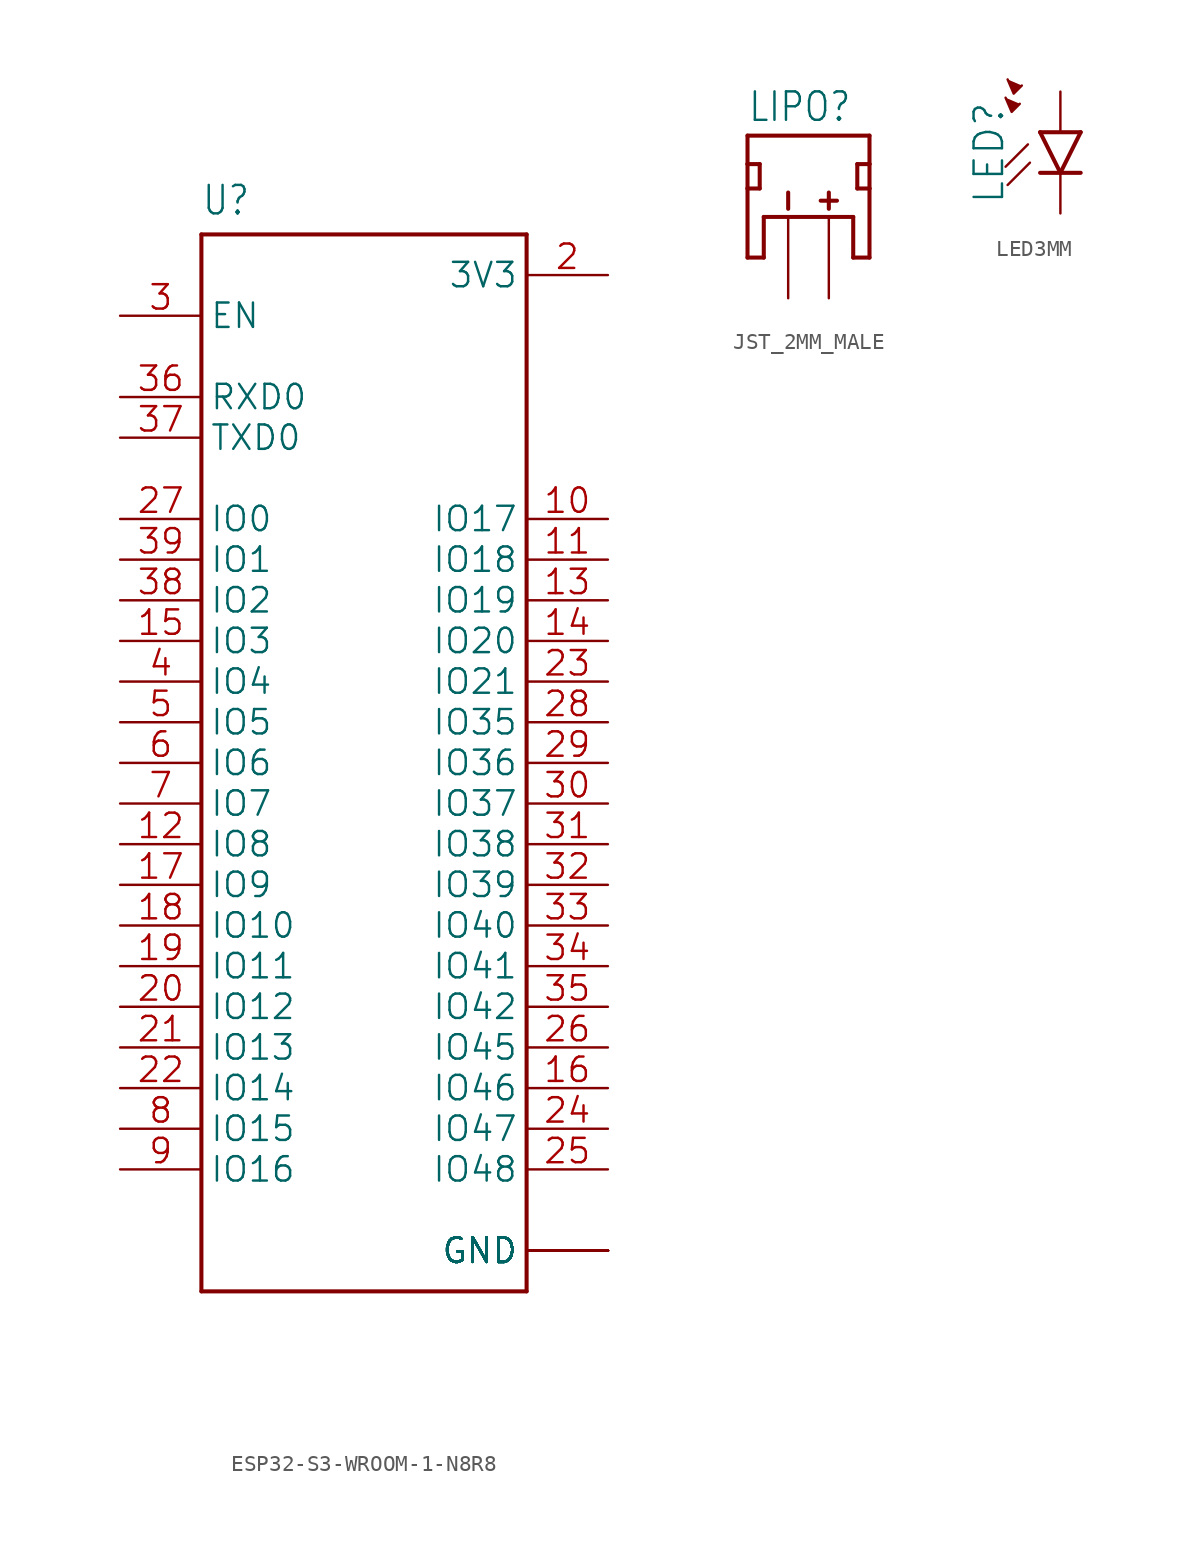
<source format=kicad_sym>
(kicad_symbol_lib
  (version 20241209)
  (generator "kicad_symbol_editor")
  (generator_version "9.0")
  (symbol "ESP32-S3-WROOM-1-N8R8"
    (property "Reference" "U"
      (at -10.16 34.112 0)
      (effects (font (size 1.778 1.511)) (justify left bottom)))
    (property "Value" ""
      (at -10.16 -35.56 0)
      (effects (font (size 1.778 1.511)) (justify left bottom)))
    (property "ki_locked" ""
      (at 0 0 0)
      (effects (font (size 1.27 1.27))))
    (symbol "ESP32-S3-WROOM-1-N8R8_1_0"
      (polyline (pts (xy -10.16 33.02) (xy 10.16 33.02)) (stroke (width 0.254) (type solid)) (fill (type none)))
      (polyline (pts (xy -10.16 -33.02) (xy -10.16 33.02)) (stroke (width 0.254) (type solid)) (fill (type none)))
      (polyline (pts (xy 10.16 33.02) (xy 10.16 -33.02)) (stroke (width 0.254) (type solid)) (fill (type none)))
      (polyline (pts (xy 10.16 -33.02) (xy -10.16 -33.02)) (stroke (width 0.254) (type solid)) (fill (type none)))
      (pin input line (at -15.24 27.94 0) (length 5.08) (name "EN" (effects (font (size 1.524 1.524)))) (number "3" (effects (font (size 1.524 1.524)))))
      (pin bidirectional line (at -15.24 22.86 0) (length 5.08) (name "RXD0" (effects (font (size 1.524 1.524)))) (number "36" (effects (font (size 1.524 1.524)))))
      (pin bidirectional line (at -15.24 20.32 0) (length 5.08) (name "TXD0" (effects (font (size 1.524 1.524)))) (number "37" (effects (font (size 1.524 1.524)))))
      (pin bidirectional line (at -15.24 15.24 0) (length 5.08) (name "IO0" (effects (font (size 1.524 1.524)))) (number "27" (effects (font (size 1.524 1.524)))))
      (pin bidirectional line (at -15.24 12.7 0) (length 5.08) (name "IO1" (effects (font (size 1.524 1.524)))) (number "39" (effects (font (size 1.524 1.524)))))
      (pin bidirectional line (at -15.24 10.16 0) (length 5.08) (name "IO2" (effects (font (size 1.524 1.524)))) (number "38" (effects (font (size 1.524 1.524)))))
      (pin bidirectional line (at -15.24 7.62 0) (length 5.08) (name "IO3" (effects (font (size 1.524 1.524)))) (number "15" (effects (font (size 1.524 1.524)))))
      (pin bidirectional line (at -15.24 5.08 0) (length 5.08) (name "IO4" (effects (font (size 1.524 1.524)))) (number "4" (effects (font (size 1.524 1.524)))))
      (pin bidirectional line (at -15.24 2.54 0) (length 5.08) (name "IO5" (effects (font (size 1.524 1.524)))) (number "5" (effects (font (size 1.524 1.524)))))
      (pin bidirectional line (at -15.24 0 0) (length 5.08) (name "IO6" (effects (font (size 1.524 1.524)))) (number "6" (effects (font (size 1.524 1.524)))))
      (pin bidirectional line (at -15.24 -2.54 0) (length 5.08) (name "IO7" (effects (font (size 1.524 1.524)))) (number "7" (effects (font (size 1.524 1.524)))))
      (pin bidirectional line (at -15.24 -5.08 0) (length 5.08) (name "IO8" (effects (font (size 1.524 1.524)))) (number "12" (effects (font (size 1.524 1.524)))))
      (pin bidirectional line (at -15.24 -7.62 0) (length 5.08) (name "IO9" (effects (font (size 1.524 1.524)))) (number "17" (effects (font (size 1.524 1.524)))))
      (pin bidirectional line (at -15.24 -10.16 0) (length 5.08) (name "IO10" (effects (font (size 1.524 1.524)))) (number "18" (effects (font (size 1.524 1.524)))))
      (pin bidirectional line (at -15.24 -12.7 0) (length 5.08) (name "IO11" (effects (font (size 1.524 1.524)))) (number "19" (effects (font (size 1.524 1.524)))))
      (pin bidirectional line (at -15.24 -15.24 0) (length 5.08) (name "IO12" (effects (font (size 1.524 1.524)))) (number "20" (effects (font (size 1.524 1.524)))))
      (pin bidirectional line (at -15.24 -17.78 0) (length 5.08) (name "IO13" (effects (font (size 1.524 1.524)))) (number "21" (effects (font (size 1.524 1.524)))))
      (pin bidirectional line (at -15.24 -20.32 0) (length 5.08) (name "IO14" (effects (font (size 1.524 1.524)))) (number "22" (effects (font (size 1.524 1.524)))))
      (pin bidirectional line (at -15.24 -22.86 0) (length 5.08) (name "IO15" (effects (font (size 1.524 1.524)))) (number "8" (effects (font (size 1.524 1.524)))))
      (pin bidirectional line (at -15.24 -25.4 0) (length 5.08) (name "IO16" (effects (font (size 1.524 1.524)))) (number "9" (effects (font (size 1.524 1.524)))))
      (pin power_in line (at 15.24 30.48 180) (length 5.08) (name "3V3" (effects (font (size 1.524 1.524)))) (number "2" (effects (font (size 1.524 1.524)))))
      (pin bidirectional line (at 15.24 15.24 180) (length 5.08) (name "IO17" (effects (font (size 1.524 1.524)))) (number "10" (effects (font (size 1.524 1.524)))))
      (pin bidirectional line (at 15.24 12.7 180) (length 5.08) (name "IO18" (effects (font (size 1.524 1.524)))) (number "11" (effects (font (size 1.524 1.524)))))
      (pin bidirectional line (at 15.24 10.16 180) (length 5.08) (name "IO19" (effects (font (size 1.524 1.524)))) (number "13" (effects (font (size 1.524 1.524)))))
      (pin bidirectional line (at 15.24 7.62 180) (length 5.08) (name "IO20" (effects (font (size 1.524 1.524)))) (number "14" (effects (font (size 1.524 1.524)))))
      (pin bidirectional line (at 15.24 5.08 180) (length 5.08) (name "IO21" (effects (font (size 1.524 1.524)))) (number "23" (effects (font (size 1.524 1.524)))))
      (pin bidirectional line (at 15.24 2.54 180) (length 5.08) (name "IO35" (effects (font (size 1.524 1.524)))) (number "28" (effects (font (size 1.524 1.524)))))
      (pin bidirectional line (at 15.24 0 180) (length 5.08) (name "IO36" (effects (font (size 1.524 1.524)))) (number "29" (effects (font (size 1.524 1.524)))))
      (pin bidirectional line (at 15.24 -2.54 180) (length 5.08) (name "IO37" (effects (font (size 1.524 1.524)))) (number "30" (effects (font (size 1.524 1.524)))))
      (pin bidirectional line (at 15.24 -5.08 180) (length 5.08) (name "IO38" (effects (font (size 1.524 1.524)))) (number "31" (effects (font (size 1.524 1.524)))))
      (pin bidirectional line (at 15.24 -7.62 180) (length 5.08) (name "IO39" (effects (font (size 1.524 1.524)))) (number "32" (effects (font (size 1.524 1.524)))))
      (pin bidirectional line (at 15.24 -10.16 180) (length 5.08) (name "IO40" (effects (font (size 1.524 1.524)))) (number "33" (effects (font (size 1.524 1.524)))))
      (pin bidirectional line (at 15.24 -12.7 180) (length 5.08) (name "IO41" (effects (font (size 1.524 1.524)))) (number "34" (effects (font (size 1.524 1.524)))))
      (pin bidirectional line (at 15.24 -15.24 180) (length 5.08) (name "IO42" (effects (font (size 1.524 1.524)))) (number "35" (effects (font (size 1.524 1.524)))))
      (pin bidirectional line (at 15.24 -17.78 180) (length 5.08) (name "IO45" (effects (font (size 1.524 1.524)))) (number "26" (effects (font (size 1.524 1.524)))))
      (pin bidirectional line (at 15.24 -20.32 180) (length 5.08) (name "IO46" (effects (font (size 1.524 1.524)))) (number "16" (effects (font (size 1.524 1.524)))))
      (pin bidirectional line (at 15.24 -22.86 180) (length 5.08) (name "IO47" (effects (font (size 1.524 1.524)))) (number "24" (effects (font (size 1.524 1.524)))))
      (pin bidirectional line (at 15.24 -25.4 180) (length 5.08) (name "IO48" (effects (font (size 1.524 1.524)))) (number "25" (effects (font (size 1.524 1.524)))))
      (pin power_in line (at 15.24 -30.48 180) (length 5.08) (name "GND" (effects (font (size 1.524 1.524)))) (number "1" (effects (font (size 0 0)))))
      (pin power_in line (at 15.24 -30.48 180) (length 5.08) (name "GND" (effects (font (size 1.524 1.524)))) (number "40" (effects (font (size 0 0)))))
      (pin power_in line (at 15.24 -30.48 180) (length 5.08) (name "GND" (effects (font (size 1.524 1.524)))) (number "41_1" (effects (font (size 0 0)))))
      (pin power_in line (at 15.24 -30.48 180) (length 5.08) (name "GND" (effects (font (size 1.524 1.524)))) (number "41_10" (effects (font (size 0 0)))))
      (pin power_in line (at 15.24 -30.48 180) (length 5.08) (name "GND" (effects (font (size 1.524 1.524)))) (number "41_11" (effects (font (size 0 0)))))
      (pin power_in line (at 15.24 -30.48 180) (length 5.08) (name "GND" (effects (font (size 1.524 1.524)))) (number "41_12" (effects (font (size 0 0)))))
      (pin power_in line (at 15.24 -30.48 180) (length 5.08) (name "GND" (effects (font (size 1.524 1.524)))) (number "41_13" (effects (font (size 0 0)))))
      (pin power_in line (at 15.24 -30.48 180) (length 5.08) (name "GND" (effects (font (size 1.524 1.524)))) (number "41_14" (effects (font (size 0 0)))))
      (pin power_in line (at 15.24 -30.48 180) (length 5.08) (name "GND" (effects (font (size 1.524 1.524)))) (number "41_15" (effects (font (size 0 0)))))
      (pin power_in line (at 15.24 -30.48 180) (length 5.08) (name "GND" (effects (font (size 1.524 1.524)))) (number "41_16" (effects (font (size 0 0)))))
      (pin power_in line (at 15.24 -30.48 180) (length 5.08) (name "GND" (effects (font (size 1.524 1.524)))) (number "41_17" (effects (font (size 0 0)))))
      (pin power_in line (at 15.24 -30.48 180) (length 5.08) (name "GND" (effects (font (size 1.524 1.524)))) (number "41_18" (effects (font (size 0 0)))))
      (pin power_in line (at 15.24 -30.48 180) (length 5.08) (name "GND" (effects (font (size 1.524 1.524)))) (number "41_19" (effects (font (size 0 0)))))
      (pin power_in line (at 15.24 -30.48 180) (length 5.08) (name "GND" (effects (font (size 1.524 1.524)))) (number "41_2" (effects (font (size 0 0)))))
      (pin power_in line (at 15.24 -30.48 180) (length 5.08) (name "GND" (effects (font (size 1.524 1.524)))) (number "41_20" (effects (font (size 0 0)))))
      (pin power_in line (at 15.24 -30.48 180) (length 5.08) (name "GND" (effects (font (size 1.524 1.524)))) (number "41_21" (effects (font (size 0 0)))))
      (pin power_in line (at 15.24 -30.48 180) (length 5.08) (name "GND" (effects (font (size 1.524 1.524)))) (number "41_3" (effects (font (size 0 0)))))
      (pin power_in line (at 15.24 -30.48 180) (length 5.08) (name "GND" (effects (font (size 1.524 1.524)))) (number "41_4" (effects (font (size 0 0)))))
      (pin power_in line (at 15.24 -30.48 180) (length 5.08) (name "GND" (effects (font (size 1.524 1.524)))) (number "41_5" (effects (font (size 0 0)))))
      (pin power_in line (at 15.24 -30.48 180) (length 5.08) (name "GND" (effects (font (size 1.524 1.524)))) (number "41_6" (effects (font (size 0 0)))))
      (pin power_in line (at 15.24 -30.48 180) (length 5.08) (name "GND" (effects (font (size 1.524 1.524)))) (number "41_7" (effects (font (size 0 0)))))
      (pin power_in line (at 15.24 -30.48 180) (length 5.08) (name "GND" (effects (font (size 1.524 1.524)))) (number "41_8" (effects (font (size 0 0)))))
      (pin power_in line (at 15.24 -30.48 180) (length 5.08) (name "GND" (effects (font (size 1.524 1.524)))) (number "41_9" (effects (font (size 0 0)))))))
  (symbol "JST_2MM_MALE"
    (property "Reference" "LIPO"
      (at -2.54 5.842 0)
      (effects (font (size 1.778 1.511)) (justify left bottom)))
    (property "ki_locked" ""
      (at 0 0 0)
      (effects (font (size 1.27 1.27))))
    (symbol "JST_2MM_MALE_1_0"
      (polyline (pts (xy -2.54 5.08) (xy 5.08 5.08)) (stroke (width 0.254) (type solid)) (fill (type none)))
      (polyline (pts (xy -2.54 3.302) (xy -2.54 5.08)) (stroke (width 0.254) (type solid)) (fill (type none)))
      (polyline (pts (xy -2.54 1.778) (xy -2.54 3.302)) (stroke (width 0.254) (type solid)) (fill (type none)))
      (polyline (pts (xy -2.54 1.778) (xy -1.778 1.778)) (stroke (width 0.254) (type solid)) (fill (type none)))
      (polyline (pts (xy -2.54 -2.54) (xy -2.54 1.778)) (stroke (width 0.254) (type solid)) (fill (type none)))
      (polyline (pts (xy -2.54 -2.54) (xy -1.524 -2.54)) (stroke (width 0.254) (type solid)) (fill (type none)))
      (polyline (pts (xy -1.778 3.302) (xy -2.54 3.302)) (stroke (width 0.254) (type solid)) (fill (type none)))
      (polyline (pts (xy -1.778 1.778) (xy -1.778 3.302)) (stroke (width 0.254) (type solid)) (fill (type none)))
      (polyline (pts (xy -1.524 0) (xy -1.524 -2.54)) (stroke (width 0.254) (type solid)) (fill (type none)))
      (polyline (pts (xy 0 0.508) (xy 0 1.524)) (stroke (width 0.254) (type solid)) (fill (type none)))
      (polyline (pts (xy 2.032 1.016) (xy 3.048 1.016)) (stroke (width 0.254) (type solid)) (fill (type none)))
      (polyline (pts (xy 2.54 0.508) (xy 2.54 1.524)) (stroke (width 0.254) (type solid)) (fill (type none)))
      (polyline (pts (xy 4.064 0) (xy -1.524 0)) (stroke (width 0.254) (type solid)) (fill (type none)))
      (polyline (pts (xy 4.064 -2.54) (xy 4.064 0)) (stroke (width 0.254) (type solid)) (fill (type none)))
      (polyline (pts (xy 4.318 3.302) (xy 5.08 3.302)) (stroke (width 0.254) (type solid)) (fill (type none)))
      (polyline (pts (xy 4.318 1.778) (xy 4.318 3.302)) (stroke (width 0.254) (type solid)) (fill (type none)))
      (polyline (pts (xy 5.08 5.08) (xy 5.08 3.302)) (stroke (width 0.254) (type solid)) (fill (type none)))
      (polyline (pts (xy 5.08 3.302) (xy 5.08 1.778)) (stroke (width 0.254) (type solid)) (fill (type none)))
      (polyline (pts (xy 5.08 1.778) (xy 4.318 1.778)) (stroke (width 0.254) (type solid)) (fill (type none)))
      (polyline (pts (xy 5.08 1.778) (xy 5.08 -2.54)) (stroke (width 0.254) (type solid)) (fill (type none)))
      (polyline (pts (xy 5.08 -2.54) (xy 4.064 -2.54)) (stroke (width 0.254) (type solid)) (fill (type none)))
      (pin bidirectional line (at -2.54 2.54 90) (length 0) (name "PAD1" (effects (font (size 0 0)))) (number "NC1" (effects (font (size 0 0)))))
      (pin bidirectional line (at 0 -5.08 90) (length 5.08) (name "-" (effects (font (size 0 0)))) (number "1" (effects (font (size 0 0)))))
      (pin bidirectional line (at 2.54 -5.08 90) (length 5.08) (name "+" (effects (font (size 0 0)))) (number "2" (effects (font (size 0 0)))))
      (pin bidirectional line (at 5.08 2.54 90) (length 0) (name "PAD2" (effects (font (size 0 0)))) (number "NC2" (effects (font (size 0 0)))))))
  (symbol "LED3MM"
    (property "Reference" "LED"
      (at -3.429 -4.572 90)
      (effects (font (size 1.778 1.778)) (justify left bottom)))
    (property "Value" ""
      (at 1.905 -4.572 90)
      (effects (font (size 1.778 1.778)) (justify left top)))
    (property "ki_locked" ""
      (at 0 0 0)
      (effects (font (size 1.27 1.27))))
    (symbol "LED3MM_1_0"
      (polyline (pts (xy -3.429 2.159) (xy -3.048 1.27) (xy -2.54 1.778)) (stroke (width 0.152) (type solid)) (fill (type outline)))
      (polyline (pts (xy -3.302 3.302) (xy -2.921 2.413) (xy -2.413 2.921)) (stroke (width 0.152) (type solid)) (fill (type outline)))
      (polyline (pts (xy -2.032 -0.762) (xy -3.429 -2.159)) (stroke (width 0.152) (type solid)) (fill (type none)))
      (polyline (pts (xy -1.905 -1.905) (xy -3.302 -3.302)) (stroke (width 0.152) (type solid)) (fill (type none)))
      (polyline (pts (xy 0 -2.54) (xy -1.27 0)) (stroke (width 0.254) (type solid)) (fill (type none)))
      (polyline (pts (xy 0 -2.54) (xy -1.27 -2.54)) (stroke (width 0.254) (type solid)) (fill (type none)))
      (polyline (pts (xy 1.27 0) (xy -1.27 0)) (stroke (width 0.254) (type solid)) (fill (type none)))
      (polyline (pts (xy 1.27 0) (xy 0 -2.54)) (stroke (width 0.254) (type solid)) (fill (type none)))
      (polyline (pts (xy 1.27 -2.54) (xy 0 -2.54)) (stroke (width 0.254) (type solid)) (fill (type none)))
      (pin passive line (at 0 2.54 270) (length 2.54) (name "A" (effects (font (size 0 0)))) (number "A" (effects (font (size 0 0)))))
      (pin passive line (at 0 -5.08 90) (length 2.54) (name "C" (effects (font (size 0 0)))) (number "K" (effects (font (size 0 0))))))))
</source>
